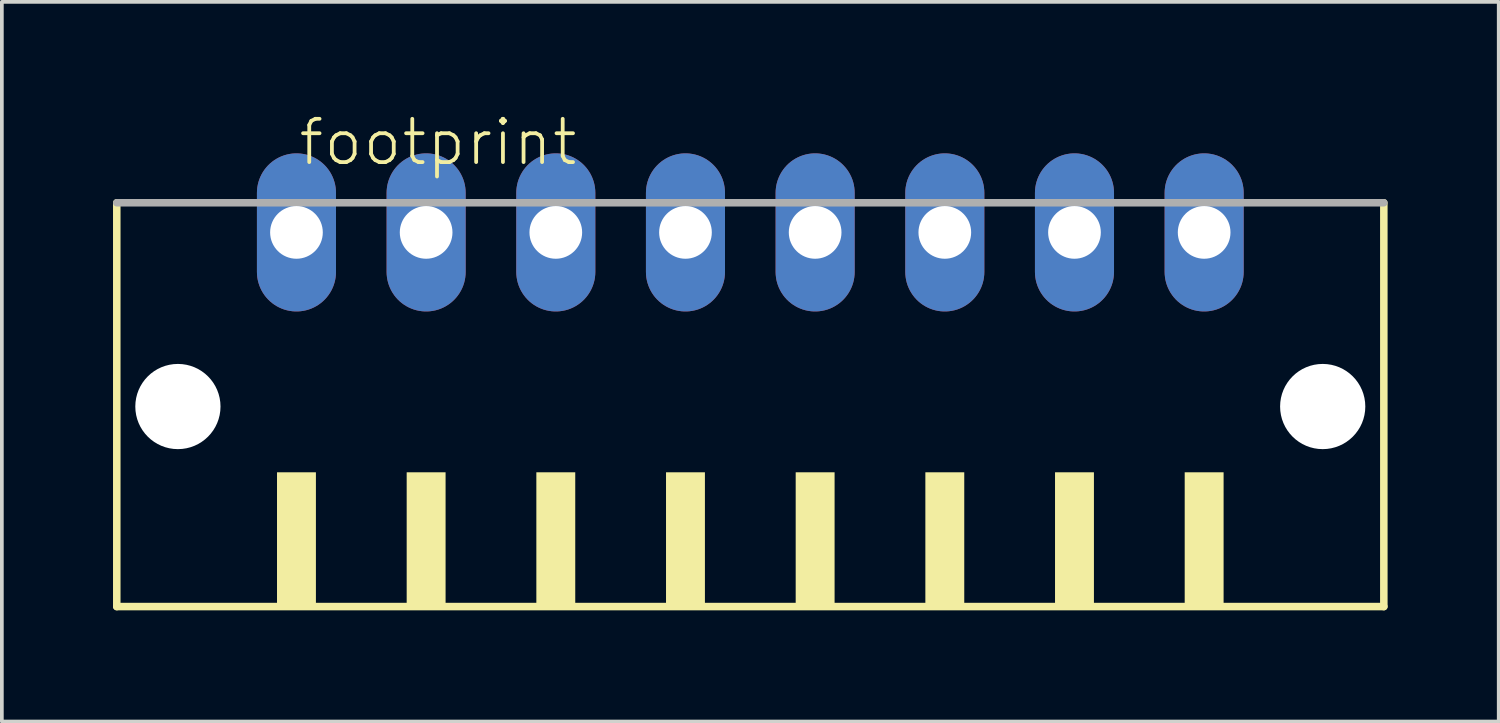
<source format=kicad_pcb>
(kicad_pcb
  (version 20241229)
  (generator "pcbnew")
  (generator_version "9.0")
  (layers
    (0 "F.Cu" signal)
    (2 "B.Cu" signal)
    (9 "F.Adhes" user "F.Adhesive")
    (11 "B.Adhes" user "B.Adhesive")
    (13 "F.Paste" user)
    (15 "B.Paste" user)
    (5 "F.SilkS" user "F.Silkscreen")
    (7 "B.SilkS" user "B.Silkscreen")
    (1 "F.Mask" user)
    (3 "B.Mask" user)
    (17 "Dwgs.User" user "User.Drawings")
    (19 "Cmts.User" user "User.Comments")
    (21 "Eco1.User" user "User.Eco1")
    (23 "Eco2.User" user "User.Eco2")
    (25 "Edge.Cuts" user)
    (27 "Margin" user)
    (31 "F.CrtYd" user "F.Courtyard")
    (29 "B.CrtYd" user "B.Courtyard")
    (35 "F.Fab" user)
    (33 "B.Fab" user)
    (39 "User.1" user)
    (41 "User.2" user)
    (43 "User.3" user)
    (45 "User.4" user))
  (footprint "footprint"
    (layer "F.Cu")
    (at 17.202 8.473)
    (property "Reference" "footprint" (at -12.25 -7 0) (layer "F.SilkS") (effects (font (size 1.168 1.168) (thickness 0.102)) (justify left bottom)))
    (fp_line (start -17.1 -6.05) (end -17.1 4.85) (stroke (width 0.203) (type solid)) (layer "F.SilkS"))
    (fp_line (start -17.1 4.85) (end 17.1 4.85) (stroke (width 0.203) (type solid)) (layer "F.SilkS"))
    (fp_line (start 17.1 4.85) (end 17.1 -6.05) (stroke (width 0.203) (type solid)) (layer "F.SilkS"))
    (fp_poly (pts (xy -12.775 4.9) (xy -11.725 4.9) (xy -11.725 1.225) (xy -12.775 1.225)) (stroke (width 0) (type solid)) (fill yes) (layer "F.SilkS"))
    (fp_poly (pts (xy -9.275 4.9) (xy -8.225 4.9) (xy -8.225 1.225) (xy -9.275 1.225)) (stroke (width 0) (type solid)) (fill yes) (layer "F.SilkS"))
    (fp_poly (pts (xy -5.775 4.9) (xy -4.725 4.9) (xy -4.725 1.225) (xy -5.775 1.225)) (stroke (width 0) (type solid)) (fill yes) (layer "F.SilkS"))
    (fp_poly (pts (xy -2.275 4.9) (xy -1.225 4.9) (xy -1.225 1.225) (xy -2.275 1.225)) (stroke (width 0) (type solid)) (fill yes) (layer "F.SilkS"))
    (fp_poly (pts (xy 1.225 4.9) (xy 2.275 4.9) (xy 2.275 1.225) (xy 1.225 1.225)) (stroke (width 0) (type solid)) (fill yes) (layer "F.SilkS"))
    (fp_poly (pts (xy 4.725 4.9) (xy 5.775 4.9) (xy 5.775 1.225) (xy 4.725 1.225)) (stroke (width 0) (type solid)) (fill yes) (layer "F.SilkS"))
    (fp_poly (pts (xy 8.225 4.9) (xy 9.275 4.9) (xy 9.275 1.225) (xy 8.225 1.225)) (stroke (width 0) (type solid)) (fill yes) (layer "F.SilkS"))
    (fp_poly (pts (xy 11.725 4.9) (xy 12.775 4.9) (xy 12.775 1.225) (xy 11.725 1.225)) (stroke (width 0) (type solid)) (fill yes) (layer "F.SilkS"))
    (fp_line (start 17.1 -6.05) (end -17.1 -6.05) (stroke (width 0.203) (type solid)) (layer "F.Fab"))
    (pad "" np_thru_hole circle (at -15.45 -0.55) (size 2.3 2.3) (drill 2.3) (layers "*.Cu" "*.Mask"))
    (pad "" np_thru_hole circle (at 15.45 -0.55) (size 2.3 2.3) (drill 2.3) (layers "*.Cu" "*.Mask"))
    (pad "1" thru_hole oval (at -12.25 -5.25 90) (size 4.267 2.134) (drill 1.422) (layers "*.Cu" "*.Mask"))
    (pad "2" thru_hole oval (at -8.75 -5.25 90) (size 4.267 2.134) (drill 1.422) (layers "*.Cu" "*.Mask"))
    (pad "3" thru_hole oval (at -5.25 -5.25 90) (size 4.267 2.134) (drill 1.422) (layers "*.Cu" "*.Mask"))
    (pad "4" thru_hole oval (at -1.75 -5.25 90) (size 4.267 2.134) (drill 1.422) (layers "*.Cu" "*.Mask"))
    (pad "5" thru_hole oval (at 1.75 -5.25 90) (size 4.267 2.134) (drill 1.422) (layers "*.Cu" "*.Mask"))
    (pad "6" thru_hole oval (at 5.25 -5.25 90) (size 4.267 2.134) (drill 1.422) (layers "*.Cu" "*.Mask"))
    (pad "7" thru_hole oval (at 8.75 -5.25 90) (size 4.267 2.134) (drill 1.422) (layers "*.Cu" "*.Mask"))
    (pad "8" thru_hole oval (at 12.25 -5.25 90) (size 4.267 2.134) (drill 1.422) (layers "*.Cu" "*.Mask")))
  (gr_rect
    (start -3 -3)
    (end 37.403 16.425)
    (stroke (width 0.1) (type default))
    (fill no)
    (layer "Edge.Cuts")))
</source>
